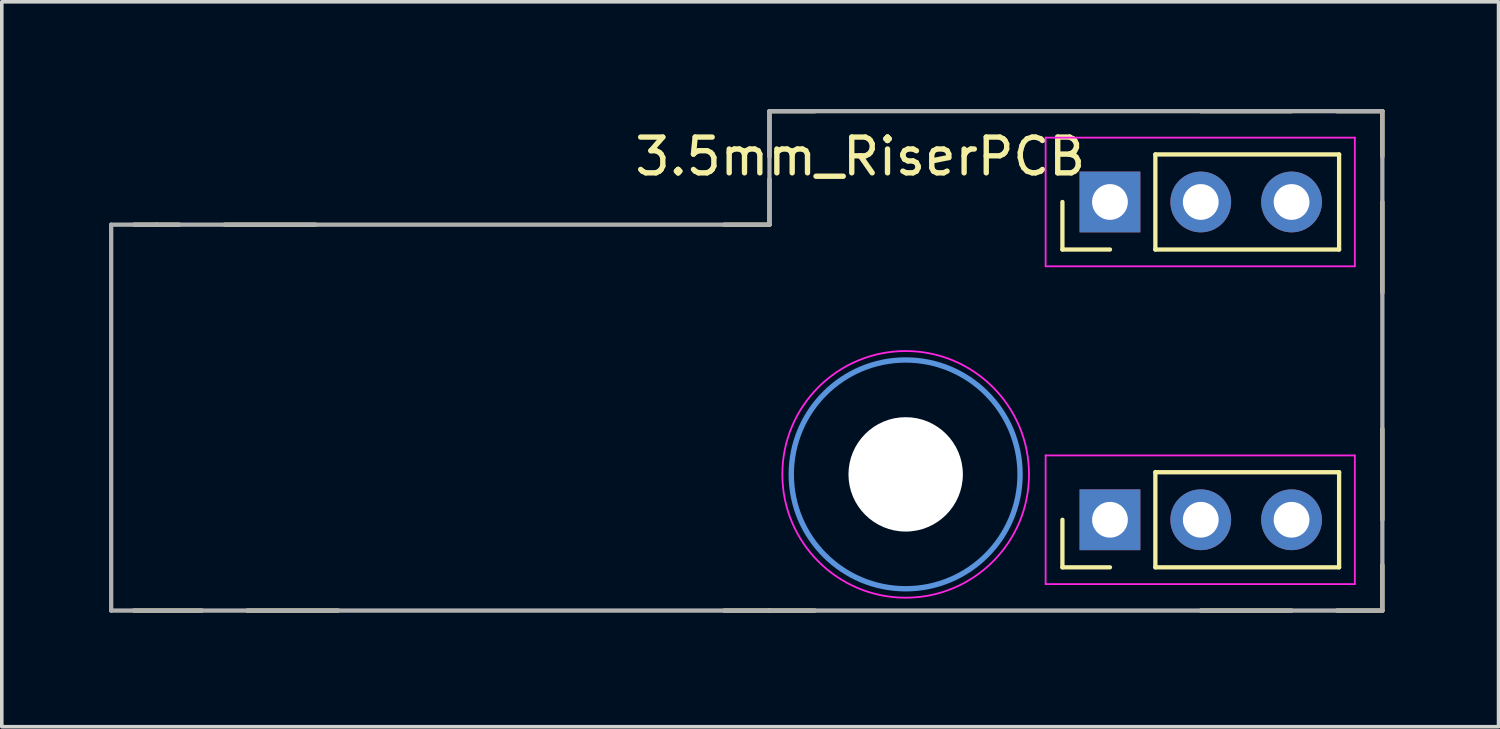
<source format=kicad_pcb>
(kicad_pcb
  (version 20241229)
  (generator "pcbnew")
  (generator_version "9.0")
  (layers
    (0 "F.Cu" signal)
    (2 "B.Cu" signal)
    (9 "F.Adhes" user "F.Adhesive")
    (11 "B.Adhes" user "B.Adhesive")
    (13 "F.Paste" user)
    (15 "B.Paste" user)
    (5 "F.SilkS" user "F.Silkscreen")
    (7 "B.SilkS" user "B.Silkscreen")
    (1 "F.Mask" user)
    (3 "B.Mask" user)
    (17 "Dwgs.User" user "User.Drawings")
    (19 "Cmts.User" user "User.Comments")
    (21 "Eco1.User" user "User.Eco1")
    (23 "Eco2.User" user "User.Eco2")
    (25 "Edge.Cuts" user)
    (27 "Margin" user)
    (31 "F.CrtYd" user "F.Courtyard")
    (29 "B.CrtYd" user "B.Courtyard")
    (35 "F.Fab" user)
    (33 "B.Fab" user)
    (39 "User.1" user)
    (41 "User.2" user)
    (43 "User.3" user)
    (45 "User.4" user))
  (footprint "3.5mm_RiserPCB"
    (layer "F.Cu")
    (at 35.62 14.03)
    (property "Reference" "3.5mm_RiserPCB" (at -14.605 -12.7 0) (layer "F.SilkS") (effects (font (size 1 1) (thickness 0.15))))
    (attr through_hole)
    (fp_line (start -34.925 -10.795) (end -34.29 -10.795) (stroke (width 0.12) (type solid)) (layer "F.SilkS"))
    (fp_line (start -34.925 0) (end -33.02 0) (stroke (width 0.12) (type solid)) (layer "F.SilkS"))
    (fp_line (start -34.29 -10.795) (end -33.655 -10.795) (stroke (width 0.12) (type solid)) (layer "F.SilkS"))
    (fp_line (start -32.385 -10.795) (end -29.845 -10.795) (stroke (width 0.12) (type solid)) (layer "F.SilkS"))
    (fp_line (start -31.75 0) (end -29.21 0) (stroke (width 0.12) (type solid)) (layer "F.SilkS"))
    (fp_line (start -17.145 -13.97) (end -15.875 -13.97) (stroke (width 0.12) (type solid)) (layer "F.SilkS"))
    (fp_line (start -17.145 -12.7) (end -17.145 -13.97) (stroke (width 0.12) (type solid)) (layer "F.SilkS"))
    (fp_line (start -17.145 -12.065) (end -17.145 -10.795) (stroke (width 0.12) (type solid)) (layer "F.SilkS"))
    (fp_line (start -17.145 -10.795) (end -18.415 -10.795) (stroke (width 0.12) (type solid)) (layer "F.SilkS"))
    (fp_line (start -17.145 0) (end -18.415 0) (stroke (width 0.12) (type solid)) (layer "F.SilkS"))
    (fp_line (start -17.145 0) (end -15.875 0) (stroke (width 0.12) (type solid)) (layer "F.SilkS"))
    (fp_line (start -8.95 -10.1) (end -8.95 -11.43) (stroke (width 0.12) (type solid)) (layer "F.SilkS"))
    (fp_line (start -8.95 -1.21) (end -8.95 -2.54) (stroke (width 0.12) (type solid)) (layer "F.SilkS"))
    (fp_line (start -7.62 -10.1) (end -8.95 -10.1) (stroke (width 0.12) (type solid)) (layer "F.SilkS"))
    (fp_line (start -7.62 -1.21) (end -8.95 -1.21) (stroke (width 0.12) (type solid)) (layer "F.SilkS"))
    (fp_line (start -6.35 -12.76) (end -1.21 -12.76) (stroke (width 0.12) (type solid)) (layer "F.SilkS"))
    (fp_line (start -6.35 -10.1) (end -6.35 -12.76) (stroke (width 0.12) (type solid)) (layer "F.SilkS"))
    (fp_line (start -6.35 -10.1) (end -1.21 -10.1) (stroke (width 0.12) (type solid)) (layer "F.SilkS"))
    (fp_line (start -6.35 -3.87) (end -1.21 -3.87) (stroke (width 0.12) (type solid)) (layer "F.SilkS"))
    (fp_line (start -6.35 -1.21) (end -6.35 -3.87) (stroke (width 0.12) (type solid)) (layer "F.SilkS"))
    (fp_line (start -6.35 -1.21) (end -1.21 -1.21) (stroke (width 0.12) (type solid)) (layer "F.SilkS"))
    (fp_line (start -2.54 -13.97) (end -5.08 -13.97) (stroke (width 0.12) (type solid)) (layer "F.SilkS"))
    (fp_line (start -2.54 0) (end -5.08 0) (stroke (width 0.12) (type solid)) (layer "F.SilkS"))
    (fp_line (start -1.21 -10.1) (end -1.21 -12.76) (stroke (width 0.12) (type solid)) (layer "F.SilkS"))
    (fp_line (start -1.21 -1.21) (end -1.21 -3.87) (stroke (width 0.12) (type solid)) (layer "F.SilkS"))
    (fp_line (start 0 -13.97) (end -1.27 -13.97) (stroke (width 0.12) (type solid)) (layer "F.SilkS"))
    (fp_line (start 0 -12.7) (end 0 -13.97) (stroke (width 0.12) (type solid)) (layer "F.SilkS"))
    (fp_line (start 0 -11.43) (end 0 -8.89) (stroke (width 0.12) (type solid)) (layer "F.SilkS"))
    (fp_line (start 0 -2.54) (end 0 -5.08) (stroke (width 0.12) (type solid)) (layer "F.SilkS"))
    (fp_line (start 0 -1.27) (end 0 0) (stroke (width 0.12) (type solid)) (layer "F.SilkS"))
    (fp_line (start 0 0) (end -1.27 0) (stroke (width 0.12) (type solid)) (layer "F.SilkS"))
    (fp_circle (center -13.335 -3.81) (end -10.135 -3.81) (stroke (width 0.15) (type solid)) (fill no) (layer "Cmts.User"))
    (fp_line (start -9.42 -13.23) (end -9.42 -9.63) (stroke (width 0.05) (type solid)) (layer "F.CrtYd"))
    (fp_line (start -9.42 -9.63) (end -0.77 -9.63) (stroke (width 0.05) (type solid)) (layer "F.CrtYd"))
    (fp_line (start -9.42 -4.34) (end -9.42 -0.74) (stroke (width 0.05) (type solid)) (layer "F.CrtYd"))
    (fp_line (start -9.42 -0.74) (end -0.77 -0.74) (stroke (width 0.05) (type solid)) (layer "F.CrtYd"))
    (fp_line (start -0.77 -13.23) (end -9.42 -13.23) (stroke (width 0.05) (type solid)) (layer "F.CrtYd"))
    (fp_line (start -0.77 -9.63) (end -0.77 -13.23) (stroke (width 0.05) (type solid)) (layer "F.CrtYd"))
    (fp_line (start -0.77 -4.34) (end -9.42 -4.34) (stroke (width 0.05) (type solid)) (layer "F.CrtYd"))
    (fp_line (start -0.77 -0.74) (end -0.77 -4.34) (stroke (width 0.05) (type solid)) (layer "F.CrtYd"))
    (fp_circle (center -13.335 -3.81) (end -9.885 -3.81) (stroke (width 0.05) (type solid)) (fill no) (layer "F.CrtYd"))
    (fp_line (start -35.56 -10.795) (end -17.145 -10.795) (stroke (width 0.12) (type solid)) (layer "F.Fab"))
    (fp_line (start -35.56 0) (end -35.56 -10.795) (stroke (width 0.12) (type solid)) (layer "F.Fab"))
    (fp_line (start -35.56 0) (end 0 0) (stroke (width 0.12) (type solid)) (layer "F.Fab"))
    (fp_line (start -17.145 -13.97) (end 0 -13.97) (stroke (width 0.12) (type solid)) (layer "F.Fab"))
    (fp_line (start -17.145 -10.795) (end -17.145 -13.97) (stroke (width 0.12) (type solid)) (layer "F.Fab"))
    (fp_line (start 0 -13.97) (end 0 0) (stroke (width 0.12) (type solid)) (layer "F.Fab"))
    (pad "" np_thru_hole circle (at -13.335 -3.81) (size 3.2 3.2) (drill 3.2) (layers "*.Cu" "*.Mask"))
    (pad "B_R" thru_hole oval (at -2.54 -11.43 90) (size 1.7 1.7) (drill 1) (layers "*.Cu" "*.Mask"))
    (pad "B_S" thru_hole rect (at -7.62 -11.43 90) (size 1.7 1.7) (drill 1) (layers "*.Cu" "*.Mask"))
    (pad "B_T" thru_hole oval (at -5.08 -11.43 90) (size 1.7 1.7) (drill 1) (layers "*.Cu" "*.Mask"))
    (pad "T_S" thru_hole rect (at -7.62 -2.54 90) (size 1.7 1.7) (drill 1) (layers "*.Cu" "*.Mask"))
    (pad "T_S" thru_hole oval (at -2.54 -2.54 90) (size 1.7 1.7) (drill 1) (layers "*.Cu" "*.Mask"))
    (pad "T_T" thru_hole oval (at -5.08 -2.54 90) (size 1.7 1.7) (drill 1) (layers "*.Cu" "*.Mask")))
  (gr_rect
    (start -3 -3)
    (end 38.87 17.28)
    (stroke (width 0.1) (type default))
    (fill no)
    (layer "Edge.Cuts")))
</source>
